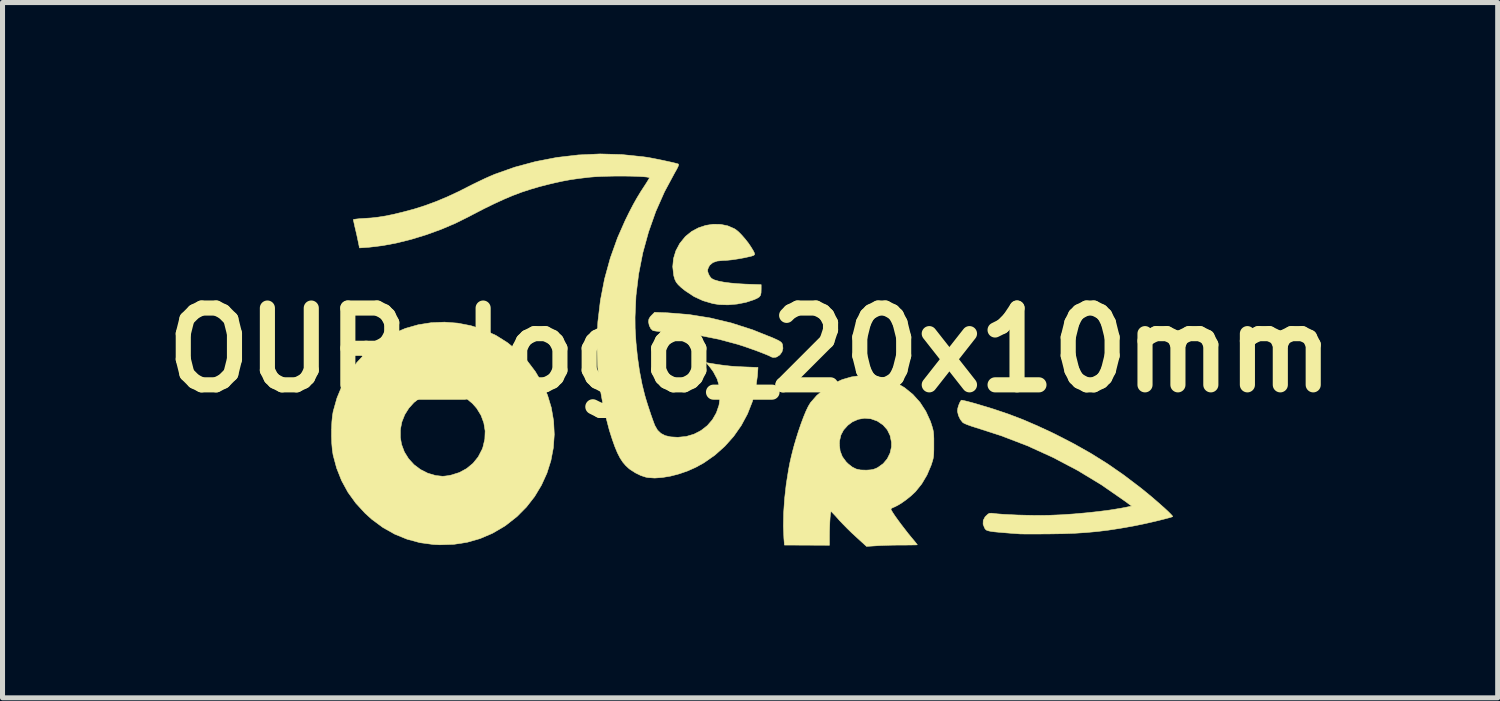
<source format=kicad_pcb>
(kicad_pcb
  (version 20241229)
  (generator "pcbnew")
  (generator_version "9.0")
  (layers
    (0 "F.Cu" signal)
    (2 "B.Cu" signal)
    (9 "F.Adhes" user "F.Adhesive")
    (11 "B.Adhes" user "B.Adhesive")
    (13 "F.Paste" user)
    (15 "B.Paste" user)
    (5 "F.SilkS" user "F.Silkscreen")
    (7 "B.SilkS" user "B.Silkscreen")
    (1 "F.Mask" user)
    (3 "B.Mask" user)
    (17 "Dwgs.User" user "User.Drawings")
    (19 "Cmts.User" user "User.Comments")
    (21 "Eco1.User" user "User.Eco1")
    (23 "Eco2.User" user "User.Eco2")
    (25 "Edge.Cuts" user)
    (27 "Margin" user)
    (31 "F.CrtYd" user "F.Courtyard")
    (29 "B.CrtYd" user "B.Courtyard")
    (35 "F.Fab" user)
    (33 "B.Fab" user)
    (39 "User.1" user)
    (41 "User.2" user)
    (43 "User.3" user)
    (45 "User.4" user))
  (footprint "OUR_logo_20x10mm"
    (layer "F.Cu")
    (at 11.836 3.898)
    (property "Reference" "OUR_logo_20x10mm" (at 0 0 0) (layer "F.SilkS") (effects (font (size 1.524 1.524) (thickness 0.3))))
    (attr through_hole)
    (fp_poly (pts (xy -1.637 -0.74) (xy -1.213 -0.706) (xy -0.79 -0.638) (xy -0.368 -0.537) (xy 0.052 -0.402) (xy 0.461 -0.238) (xy 0.536 -0.204) (xy 0.585 -0.178) (xy 0.616 -0.156) (xy 0.634 -0.133) (xy 0.644 -0.108) (xy 0.652 -0.035) (xy 0.633 0.036) (xy 0.59 0.095) (xy 0.531 0.135) (xy 0.499 0.144) (xy 0.454 0.145) (xy 0.423 0.136) (xy 0.389 0.118) (xy 0.328 0.091) (xy 0.247 0.059) (xy 0.152 0.022) (xy 0.049 -0.015) (xy -0.055 -0.052) (xy -0.156 -0.086) (xy -0.246 -0.115) (xy -0.254 -0.117) (xy -0.619 -0.215) (xy -0.982 -0.287) (xy -1.352 -0.335) (xy -1.615 -0.355) (xy -1.711 -0.361) (xy -1.798 -0.369) (xy -1.868 -0.377) (xy -1.915 -0.385) (xy -1.93 -0.389) (xy -1.971 -0.428) (xy -2.001 -0.488) (xy -2.015 -0.558) (xy -2.015 -0.568) (xy -2.008 -0.616) (xy -1.983 -0.659) (xy -1.955 -0.69) (xy -1.895 -0.75) (xy -1.637 -0.74)) (stroke (width 0.01) (type solid)) (fill yes) (layer "F.SilkS"))
    (fp_poly (pts (xy -0.584 -2.495) (xy -0.443 -2.466) (xy -0.313 -2.41) (xy -0.283 -2.391) (xy -0.229 -2.347) (xy -0.165 -2.282) (xy -0.097 -2.204) (xy -0.032 -2.121) (xy 0.022 -2.04) (xy 0.029 -2.029) (xy 0.068 -1.964) (xy 0.088 -1.921) (xy 0.089 -1.895) (xy 0.07 -1.879) (xy 0.028 -1.865) (xy -0.005 -1.857) (xy -0.117 -1.832) (xy -0.24 -1.81) (xy -0.36 -1.792) (xy -0.469 -1.781) (xy -0.542 -1.778) (xy -0.654 -1.767) (xy -0.739 -1.737) (xy -0.799 -1.686) (xy -0.821 -1.65) (xy -0.84 -1.603) (xy -0.842 -1.567) (xy -0.829 -1.52) (xy -0.828 -1.518) (xy -0.802 -1.467) (xy -0.769 -1.425) (xy -0.762 -1.42) (xy -0.709 -1.393) (xy -0.627 -1.369) (xy -0.519 -1.348) (xy -0.39 -1.331) (xy -0.245 -1.318) (xy -0.087 -1.309) (xy -0.08 -1.309) (xy 0.22 -1.299) (xy 0.22 -1.213) (xy 0.218 -1.139) (xy 0.208 -1.09) (xy 0.183 -1.056) (xy 0.139 -1.028) (xy 0.079 -1.001) (xy -0.082 -0.948) (xy -0.257 -0.914) (xy -0.437 -0.898) (xy -0.61 -0.903) (xy -0.737 -0.923) (xy -0.933 -0.98) (xy -1.111 -1.062) (xy -1.281 -1.174) (xy -1.287 -1.178) (xy -1.368 -1.243) (xy -1.426 -1.298) (xy -1.466 -1.348) (xy -1.493 -1.403) (xy -1.512 -1.468) (xy -1.517 -1.491) (xy -1.535 -1.655) (xy -1.52 -1.816) (xy -1.473 -1.971) (xy -1.396 -2.116) (xy -1.289 -2.248) (xy -1.276 -2.261) (xy -1.158 -2.356) (xy -1.024 -2.427) (xy -0.88 -2.475) (xy -0.732 -2.498) (xy -0.584 -2.495)) (stroke (width 0.01) (type solid)) (fill yes) (layer "F.SilkS"))
    (fp_poly (pts (xy -5.801 -0.535) (xy -5.543 -0.485) (xy -5.292 -0.405) (xy -5.052 -0.295) (xy -5.033 -0.285) (xy -4.81 -0.144) (xy -4.606 0.024) (xy -4.422 0.215) (xy -4.262 0.426) (xy -4.127 0.654) (xy -4.02 0.894) (xy -3.945 1.142) (xy -3.899 1.409) (xy -3.886 1.674) (xy -3.904 1.937) (xy -3.953 2.194) (xy -4.032 2.443) (xy -4.14 2.68) (xy -4.275 2.905) (xy -4.436 3.112) (xy -4.624 3.302) (xy -4.836 3.469) (xy -4.877 3.498) (xy -5.113 3.636) (xy -5.359 3.741) (xy -5.614 3.814) (xy -5.88 3.855) (xy -6.157 3.864) (xy -6.284 3.858) (xy -6.551 3.822) (xy -6.807 3.753) (xy -7.052 3.653) (xy -7.285 3.522) (xy -7.505 3.36) (xy -7.64 3.238) (xy -7.825 3.037) (xy -7.981 2.821) (xy -8.107 2.59) (xy -8.206 2.34) (xy -8.275 2.083) (xy -8.291 1.979) (xy -8.302 1.851) (xy -8.306 1.735) (xy -6.94 1.735) (xy -6.917 1.871) (xy -6.861 2.021) (xy -6.777 2.156) (xy -6.669 2.274) (xy -6.541 2.37) (xy -6.397 2.443) (xy -6.24 2.489) (xy -6.104 2.504) (xy -6.062 2.501) (xy -6 2.493) (xy -5.935 2.481) (xy -5.771 2.43) (xy -5.625 2.351) (xy -5.499 2.247) (xy -5.396 2.12) (xy -5.319 1.972) (xy -5.302 1.927) (xy -5.264 1.766) (xy -5.258 1.604) (xy -5.284 1.445) (xy -5.34 1.294) (xy -5.426 1.154) (xy -5.51 1.059) (xy -5.641 0.95) (xy -5.783 0.873) (xy -5.935 0.827) (xy -6.096 0.813) (xy -6.259 0.829) (xy -6.411 0.874) (xy -6.549 0.945) (xy -6.67 1.039) (xy -6.772 1.152) (xy -6.853 1.281) (xy -6.91 1.424) (xy -6.94 1.576) (xy -6.94 1.735) (xy -8.306 1.735) (xy -8.307 1.71) (xy -8.306 1.565) (xy -8.3 1.425) (xy -8.288 1.302) (xy -8.274 1.219) (xy -8.199 0.952) (xy -8.095 0.7) (xy -7.963 0.464) (xy -7.805 0.247) (xy -7.622 0.05) (xy -7.416 -0.123) (xy -7.188 -0.272) (xy -7.08 -0.33) (xy -6.838 -0.432) (xy -6.586 -0.503) (xy -6.327 -0.544) (xy -6.064 -0.555) (xy -5.801 -0.535)) (stroke (width 0.01) (type solid)) (fill yes) (layer "F.SilkS"))
    (fp_poly (pts (xy 4.214 0.996) (xy 4.261 1.006) (xy 4.33 1.023) (xy 4.416 1.046) (xy 4.513 1.074) (xy 4.521 1.076) (xy 4.837 1.172) (xy 5.133 1.272) (xy 5.42 1.382) (xy 5.708 1.506) (xy 6.01 1.647) (xy 6.054 1.668) (xy 6.421 1.857) (xy 6.763 2.05) (xy 7.09 2.254) (xy 7.409 2.475) (xy 7.73 2.718) (xy 7.776 2.754) (xy 7.869 2.83) (xy 7.965 2.909) (xy 8.058 2.989) (xy 8.146 3.066) (xy 8.226 3.137) (xy 8.293 3.199) (xy 8.344 3.25) (xy 8.377 3.285) (xy 8.387 3.303) (xy 8.387 3.304) (xy 8.365 3.313) (xy 8.315 3.328) (xy 8.243 3.347) (xy 8.153 3.37) (xy 8.051 3.395) (xy 7.943 3.42) (xy 7.833 3.445) (xy 7.727 3.467) (xy 7.629 3.487) (xy 7.586 3.495) (xy 7.341 3.538) (xy 7.113 3.573) (xy 6.894 3.6) (xy 6.676 3.62) (xy 6.448 3.635) (xy 6.204 3.644) (xy 5.961 3.648) (xy 5.825 3.649) (xy 5.697 3.65) (xy 5.581 3.65) (xy 5.481 3.65) (xy 5.404 3.649) (xy 5.354 3.648) (xy 5.342 3.647) (xy 5.178 3.635) (xy 5.043 3.624) (xy 4.936 3.615) (xy 4.852 3.607) (xy 4.789 3.599) (xy 4.743 3.59) (xy 4.711 3.581) (xy 4.688 3.571) (xy 4.673 3.558) (xy 4.662 3.543) (xy 4.655 3.532) (xy 4.624 3.455) (xy 4.627 3.38) (xy 4.663 3.311) (xy 4.683 3.29) (xy 4.722 3.254) (xy 4.753 3.238) (xy 4.792 3.237) (xy 4.816 3.24) (xy 4.906 3.25) (xy 5.023 3.259) (xy 5.161 3.266) (xy 5.311 3.273) (xy 5.468 3.277) (xy 5.625 3.28) (xy 5.774 3.281) (xy 5.909 3.279) (xy 5.943 3.278) (xy 6.183 3.268) (xy 6.431 3.251) (xy 6.679 3.229) (xy 6.92 3.203) (xy 7.147 3.173) (xy 7.352 3.14) (xy 7.49 3.113) (xy 7.572 3.095) (xy 7.422 2.985) (xy 6.972 2.673) (xy 6.501 2.388) (xy 6.011 2.13) (xy 5.504 1.899) (xy 4.979 1.698) (xy 4.488 1.54) (xy 4.385 1.507) (xy 4.302 1.477) (xy 4.244 1.451) (xy 4.219 1.435) (xy 4.172 1.375) (xy 4.135 1.298) (xy 4.117 1.221) (xy 4.116 1.202) (xy 4.122 1.155) (xy 4.138 1.099) (xy 4.16 1.045) (xy 4.182 1.006) (xy 4.193 0.994) (xy 4.214 0.996)) (stroke (width 0.01) (type solid)) (fill yes) (layer "F.SilkS"))
    (fp_poly (pts (xy 2.39 0.513) (xy 2.524 0.525) (xy 2.642 0.547) (xy 2.684 0.558) (xy 2.885 0.639) (xy 3.068 0.747) (xy 3.232 0.881) (xy 3.373 1.038) (xy 3.489 1.217) (xy 3.579 1.414) (xy 3.593 1.456) (xy 3.614 1.521) (xy 3.629 1.575) (xy 3.639 1.626) (xy 3.644 1.683) (xy 3.647 1.755) (xy 3.647 1.851) (xy 3.647 1.871) (xy 3.647 1.971) (xy 3.645 2.046) (xy 3.641 2.104) (xy 3.633 2.154) (xy 3.619 2.205) (xy 3.6 2.264) (xy 3.593 2.286) (xy 3.511 2.479) (xy 3.406 2.656) (xy 3.282 2.81) (xy 3.268 2.823) (xy 3.192 2.894) (xy 3.104 2.965) (xy 3.013 3.03) (xy 2.928 3.082) (xy 2.857 3.117) (xy 2.852 3.118) (xy 2.814 3.136) (xy 2.795 3.152) (xy 2.794 3.154) (xy 2.804 3.179) (xy 2.833 3.227) (xy 2.876 3.292) (xy 2.932 3.37) (xy 2.996 3.457) (xy 3.067 3.549) (xy 3.139 3.642) (xy 3.203 3.72) (xy 3.251 3.777) (xy 3.289 3.824) (xy 3.313 3.855) (xy 3.319 3.864) (xy 3.303 3.866) (xy 3.258 3.867) (xy 3.191 3.868) (xy 3.105 3.869) (xy 3.018 3.869) (xy 2.901 3.87) (xy 2.778 3.872) (xy 2.659 3.876) (xy 2.557 3.88) (xy 2.515 3.883) (xy 2.311 3.896) (xy 2.1 3.703) (xy 2.015 3.625) (xy 1.927 3.539) (xy 1.844 3.454) (xy 1.774 3.381) (xy 1.753 3.357) (xy 1.7 3.297) (xy 1.654 3.248) (xy 1.622 3.215) (xy 1.607 3.202) (xy 1.607 3.202) (xy 1.601 3.217) (xy 1.594 3.26) (xy 1.588 3.325) (xy 1.583 3.407) (xy 1.579 3.499) (xy 1.576 3.596) (xy 1.575 3.692) (xy 1.575 3.873) (xy 1.128 3.871) (xy 0.682 3.869) (xy 0.671 3.734) (xy 0.661 3.494) (xy 0.666 3.231) (xy 0.685 2.952) (xy 0.717 2.665) (xy 0.763 2.375) (xy 0.789 2.239) (xy 0.823 2.09) (xy 0.863 1.933) (xy 0.88 1.874) (xy 1.773 1.874) (xy 1.787 2.001) (xy 1.831 2.115) (xy 1.907 2.218) (xy 1.949 2.259) (xy 2.028 2.321) (xy 2.106 2.36) (xy 2.194 2.379) (xy 2.301 2.382) (xy 2.312 2.382) (xy 2.39 2.377) (xy 2.449 2.366) (xy 2.503 2.346) (xy 2.539 2.327) (xy 2.642 2.253) (xy 2.723 2.156) (xy 2.778 2.044) (xy 2.806 1.921) (xy 2.806 1.828) (xy 2.779 1.696) (xy 2.723 1.581) (xy 2.639 1.486) (xy 2.529 1.411) (xy 2.519 1.406) (xy 2.397 1.363) (xy 2.271 1.352) (xy 2.148 1.373) (xy 2.031 1.424) (xy 1.94 1.492) (xy 1.856 1.585) (xy 1.803 1.685) (xy 1.776 1.8) (xy 1.773 1.874) (xy 0.88 1.874) (xy 0.909 1.774) (xy 0.958 1.617) (xy 1.009 1.468) (xy 1.06 1.331) (xy 1.109 1.212) (xy 1.155 1.116) (xy 1.196 1.048) (xy 1.196 1.047) (xy 1.321 0.903) (xy 1.472 0.775) (xy 1.643 0.668) (xy 1.829 0.585) (xy 2.008 0.533) (xy 2.12 0.516) (xy 2.251 0.509) (xy 2.39 0.513)) (stroke (width 0.01) (type solid)) (fill yes) (layer "F.SilkS"))
    (fp_poly (pts (xy -2.548 -3.881) (xy -2.122 -3.837) (xy -2.057 -3.828) (xy -1.99 -3.817) (xy -1.907 -3.801) (xy -1.815 -3.783) (xy -1.719 -3.763) (xy -1.628 -3.743) (xy -1.545 -3.725) (xy -1.48 -3.709) (xy -1.436 -3.697) (xy -1.423 -3.692) (xy -1.418 -3.676) (xy -1.429 -3.643) (xy -1.457 -3.587) (xy -1.498 -3.515) (xy -1.699 -3.141) (xy -1.872 -2.75) (xy -2.015 -2.345) (xy -2.129 -1.931) (xy -2.212 -1.508) (xy -2.264 -1.082) (xy -2.283 -0.654) (xy -2.281 -0.432) (xy -2.264 -0.151) (xy -2.235 0.134) (xy -2.195 0.413) (xy -2.144 0.677) (xy -2.09 0.896) (xy -2.066 0.978) (xy -2.036 1.075) (xy -2.002 1.179) (xy -1.968 1.282) (xy -1.935 1.375) (xy -1.907 1.452) (xy -1.888 1.5) (xy -1.837 1.588) (xy -1.771 1.652) (xy -1.685 1.697) (xy -1.576 1.722) (xy -1.44 1.73) (xy -1.433 1.73) (xy -1.267 1.714) (xy -1.112 1.668) (xy -0.972 1.595) (xy -0.849 1.499) (xy -0.747 1.381) (xy -0.669 1.245) (xy -0.617 1.094) (xy -0.594 0.931) (xy -0.593 0.89) (xy -0.608 0.726) (xy -0.653 0.574) (xy -0.729 0.43) (xy -0.792 0.344) (xy -0.87 0.249) (xy -0.803 0.26) (xy -0.644 0.286) (xy -0.505 0.305) (xy -0.374 0.319) (xy -0.238 0.328) (xy -0.129 0.333) (xy 0.157 0.344) (xy 0.146 0.506) (xy 0.111 0.768) (xy 0.045 1.022) (xy -0.051 1.266) (xy -0.175 1.496) (xy -0.326 1.712) (xy -0.501 1.908) (xy -0.698 2.084) (xy -0.917 2.237) (xy -1.08 2.327) (xy -1.242 2.399) (xy -1.41 2.457) (xy -1.579 2.501) (xy -1.742 2.528) (xy -1.892 2.539) (xy -2.024 2.53) (xy -2.071 2.521) (xy -2.169 2.489) (xy -2.275 2.437) (xy -2.375 2.373) (xy -2.402 2.353) (xy -2.467 2.293) (xy -2.526 2.224) (xy -2.581 2.14) (xy -2.633 2.038) (xy -2.685 1.913) (xy -2.738 1.763) (xy -2.795 1.584) (xy -2.795 1.583) (xy -2.905 1.161) (xy -2.982 0.733) (xy -3.027 0.302) (xy -3.04 -0.13) (xy -3.021 -0.561) (xy -2.97 -0.989) (xy -2.888 -1.412) (xy -2.774 -1.827) (xy -2.629 -2.232) (xy -2.478 -2.574) (xy -2.396 -2.741) (xy -2.321 -2.885) (xy -2.248 -3.015) (xy -2.173 -3.139) (xy -2.097 -3.256) (xy -2.056 -3.319) (xy -2.024 -3.371) (xy -2.003 -3.407) (xy -1.998 -3.419) (xy -2.014 -3.428) (xy -2.06 -3.436) (xy -2.131 -3.442) (xy -2.222 -3.447) (xy -2.33 -3.451) (xy -2.45 -3.453) (xy -2.578 -3.454) (xy -2.709 -3.453) (xy -2.839 -3.45) (xy -2.964 -3.446) (xy -3.079 -3.44) (xy -3.179 -3.432) (xy -3.205 -3.429) (xy -3.392 -3.407) (xy -3.56 -3.383) (xy -3.722 -3.353) (xy -3.892 -3.316) (xy -3.988 -3.293) (xy -4.18 -3.244) (xy -4.36 -3.191) (xy -4.534 -3.134) (xy -4.707 -3.069) (xy -4.884 -2.994) (xy -5.072 -2.908) (xy -5.275 -2.809) (xy -5.499 -2.693) (xy -5.588 -2.646) (xy -5.852 -2.515) (xy -6.133 -2.396) (xy -6.424 -2.29) (xy -6.718 -2.2) (xy -7.009 -2.127) (xy -7.29 -2.074) (xy -7.554 -2.042) (xy -7.589 -2.039) (xy -7.752 -2.028) (xy -7.772 -2.127) (xy -7.785 -2.188) (xy -7.802 -2.269) (xy -7.822 -2.356) (xy -7.833 -2.402) (xy -7.85 -2.475) (xy -7.863 -2.536) (xy -7.872 -2.576) (xy -7.874 -2.59) (xy -7.858 -2.595) (xy -7.815 -2.601) (xy -7.75 -2.608) (xy -7.671 -2.613) (xy -7.658 -2.614) (xy -7.514 -2.623) (xy -7.378 -2.639) (xy -7.239 -2.661) (xy -7.088 -2.692) (xy -6.916 -2.733) (xy -6.907 -2.735) (xy -6.671 -2.798) (xy -6.45 -2.868) (xy -6.233 -2.948) (xy -6.013 -3.04) (xy -5.781 -3.148) (xy -5.606 -3.237) (xy -5.493 -3.294) (xy -5.375 -3.351) (xy -5.26 -3.406) (xy -5.156 -3.452) (xy -5.074 -3.487) (xy -5.07 -3.489) (xy -4.671 -3.63) (xy -4.259 -3.741) (xy -3.837 -3.823) (xy -3.409 -3.873) (xy -2.978 -3.893) (xy -2.548 -3.881)) (stroke (width 0.01) (type solid)) (fill yes) (layer "F.SilkS")))
  (gr_rect
    (start -3 -3)
    (end 26.673 10.799)
    (stroke (width 0.1) (type default))
    (fill no)
    (layer "Edge.Cuts")))
</source>
